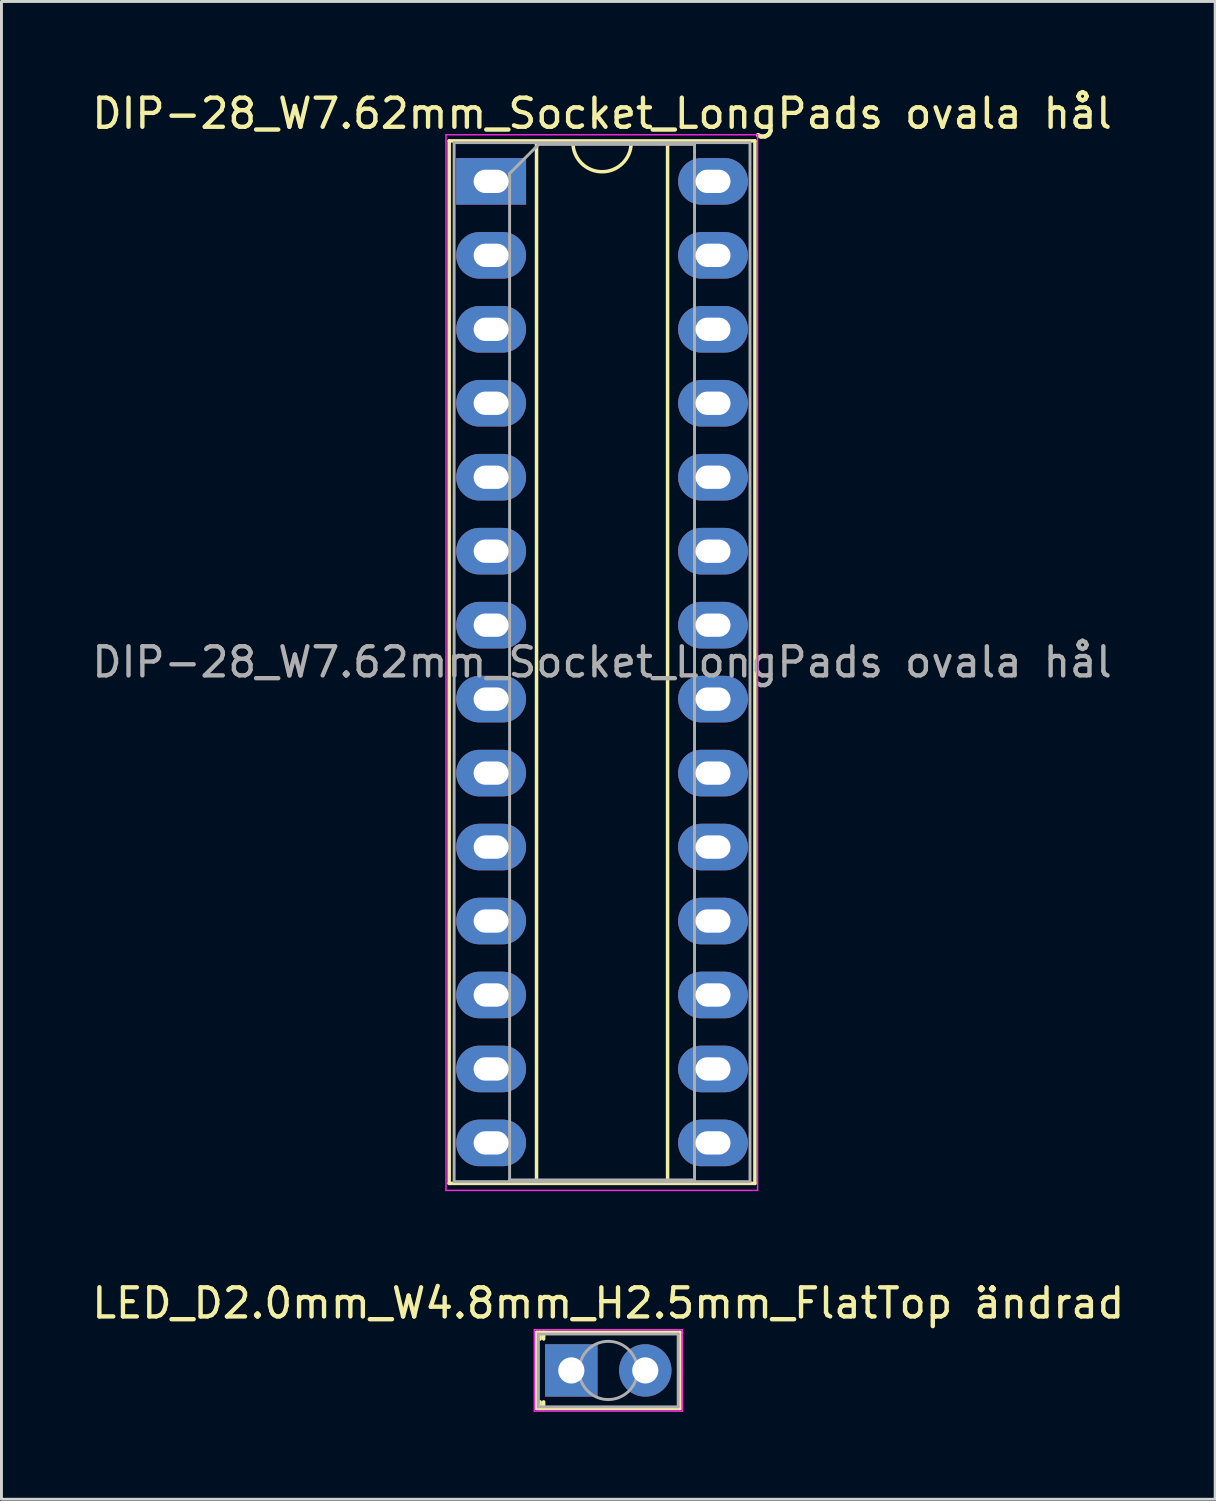
<source format=kicad_pcb>
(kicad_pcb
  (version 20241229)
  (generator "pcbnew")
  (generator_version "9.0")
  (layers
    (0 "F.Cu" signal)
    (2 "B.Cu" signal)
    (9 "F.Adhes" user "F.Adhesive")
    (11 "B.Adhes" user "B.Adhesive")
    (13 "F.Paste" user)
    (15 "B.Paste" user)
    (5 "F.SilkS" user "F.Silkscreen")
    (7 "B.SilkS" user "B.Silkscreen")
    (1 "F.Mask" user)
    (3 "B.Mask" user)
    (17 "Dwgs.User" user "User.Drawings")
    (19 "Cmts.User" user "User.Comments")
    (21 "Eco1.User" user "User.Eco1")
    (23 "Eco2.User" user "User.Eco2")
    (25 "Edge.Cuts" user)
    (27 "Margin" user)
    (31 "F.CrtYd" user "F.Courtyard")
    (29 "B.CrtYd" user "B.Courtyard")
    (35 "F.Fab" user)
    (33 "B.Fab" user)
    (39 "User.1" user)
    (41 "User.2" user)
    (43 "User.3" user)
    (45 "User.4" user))
  (footprint "DIP-28_W7.62mm_Socket_LongPads ovala hål"
    (layer "F.Cu")
    (at 13.815 3.178)
    (property "Reference" "DIP-28_W7.62mm_Socket_LongPads ovala hål" (at 3.81 -2.33 0) (layer "F.SilkS") (effects (font (size 1 1) (thickness 0.15))))
    (attr through_hole)
    (fp_line (start -1.44 -1.39) (end -1.44 34.41) (stroke (width 0.12) (type solid)) (layer "F.SilkS"))
    (fp_line (start -1.44 34.41) (end 9.06 34.41) (stroke (width 0.12) (type solid)) (layer "F.SilkS"))
    (fp_line (start 1.56 -1.33) (end 1.56 34.35) (stroke (width 0.12) (type solid)) (layer "F.SilkS"))
    (fp_line (start 1.56 34.35) (end 6.06 34.35) (stroke (width 0.12) (type solid)) (layer "F.SilkS"))
    (fp_line (start 2.81 -1.33) (end 1.56 -1.33) (stroke (width 0.12) (type solid)) (layer "F.SilkS"))
    (fp_line (start 6.06 -1.33) (end 4.81 -1.33) (stroke (width 0.12) (type solid)) (layer "F.SilkS"))
    (fp_line (start 6.06 34.35) (end 6.06 -1.33) (stroke (width 0.12) (type solid)) (layer "F.SilkS"))
    (fp_line (start 9.06 -1.39) (end -1.44 -1.39) (stroke (width 0.12) (type solid)) (layer "F.SilkS"))
    (fp_line (start 9.06 34.41) (end 9.06 -1.39) (stroke (width 0.12) (type solid)) (layer "F.SilkS"))
    (fp_arc (start 4.81 -1.33) (mid 3.81 -0.33) (end 2.81 -1.33) (stroke (width 0.12) (type solid)) (layer "F.SilkS"))
    (fp_line (start -1.55 -1.6) (end -1.55 34.65) (stroke (width 0.05) (type solid)) (layer "F.CrtYd"))
    (fp_line (start -1.55 34.65) (end 9.15 34.65) (stroke (width 0.05) (type solid)) (layer "F.CrtYd"))
    (fp_line (start 9.15 -1.6) (end -1.55 -1.6) (stroke (width 0.05) (type solid)) (layer "F.CrtYd"))
    (fp_line (start 9.15 34.65) (end 9.15 -1.6) (stroke (width 0.05) (type solid)) (layer "F.CrtYd"))
    (fp_line (start -1.27 -1.33) (end -1.27 34.35) (stroke (width 0.1) (type solid)) (layer "F.Fab"))
    (fp_line (start -1.27 34.35) (end 8.89 34.35) (stroke (width 0.1) (type solid)) (layer "F.Fab"))
    (fp_line (start 0.635 -0.27) (end 1.635 -1.27) (stroke (width 0.1) (type solid)) (layer "F.Fab"))
    (fp_line (start 0.635 34.29) (end 0.635 -0.27) (stroke (width 0.1) (type solid)) (layer "F.Fab"))
    (fp_line (start 1.635 -1.27) (end 6.985 -1.27) (stroke (width 0.1) (type solid)) (layer "F.Fab"))
    (fp_line (start 6.985 -1.27) (end 6.985 34.29) (stroke (width 0.1) (type solid)) (layer "F.Fab"))
    (fp_line (start 6.985 34.29) (end 0.635 34.29) (stroke (width 0.1) (type solid)) (layer "F.Fab"))
    (fp_line (start 8.89 -1.33) (end -1.27 -1.33) (stroke (width 0.1) (type solid)) (layer "F.Fab"))
    (fp_line (start 8.89 34.35) (end 8.89 -1.33) (stroke (width 0.1) (type solid)) (layer "F.Fab"))
    (fp_text user "${REFERENCE}" (at 3.81 16.51 0) (layer "F.Fab") (effects (font (size 1 1) (thickness 0.15))))
    (pad "1" thru_hole rect (at 0 0) (size 2.4 1.6) (drill oval 1.2 0.8) (layers "*.Cu" "*.Mask"))
    (pad "2" thru_hole oval (at 0 2.54) (size 2.4 1.6) (drill oval 1.2 0.8) (layers "*.Cu" "*.Mask"))
    (pad "3" thru_hole oval (at 0 5.08) (size 2.4 1.6) (drill oval 1.2 0.8) (layers "*.Cu" "*.Mask"))
    (pad "4" thru_hole oval (at 0 7.62) (size 2.4 1.6) (drill oval 1.2 0.8) (layers "*.Cu" "*.Mask"))
    (pad "5" thru_hole oval (at 0 10.16) (size 2.4 1.6) (drill oval 1.2 0.8) (layers "*.Cu" "*.Mask"))
    (pad "6" thru_hole oval (at 0 12.7) (size 2.4 1.6) (drill oval 1.2 0.8) (layers "*.Cu" "*.Mask"))
    (pad "7" thru_hole oval (at 0 15.24) (size 2.4 1.6) (drill oval 1.2 0.8) (layers "*.Cu" "*.Mask"))
    (pad "8" thru_hole oval (at 0 17.78) (size 2.4 1.6) (drill oval 1.2 0.8) (layers "*.Cu" "*.Mask"))
    (pad "9" thru_hole oval (at 0 20.32) (size 2.4 1.6) (drill oval 1.2 0.8) (layers "*.Cu" "*.Mask"))
    (pad "10" thru_hole oval (at 0 22.86) (size 2.4 1.6) (drill oval 1.2 0.8) (layers "*.Cu" "*.Mask"))
    (pad "11" thru_hole oval (at 0 25.4) (size 2.4 1.6) (drill oval 1.2 0.8) (layers "*.Cu" "*.Mask"))
    (pad "12" thru_hole oval (at 0 27.94) (size 2.4 1.6) (drill oval 1.2 0.8) (layers "*.Cu" "*.Mask"))
    (pad "13" thru_hole oval (at 0 30.48) (size 2.4 1.6) (drill oval 1.2 0.8) (layers "*.Cu" "*.Mask"))
    (pad "14" thru_hole oval (at 0 33.02) (size 2.4 1.6) (drill oval 1.2 0.8) (layers "*.Cu" "*.Mask"))
    (pad "15" thru_hole oval (at 7.62 33.02) (size 2.4 1.6) (drill oval 1.2 0.8) (layers "*.Cu" "*.Mask"))
    (pad "16" thru_hole oval (at 7.62 30.48) (size 2.4 1.6) (drill oval 1.2 0.8) (layers "*.Cu" "*.Mask"))
    (pad "17" thru_hole oval (at 7.62 27.94) (size 2.4 1.6) (drill oval 1.2 0.8) (layers "*.Cu" "*.Mask"))
    (pad "18" thru_hole oval (at 7.62 25.4) (size 2.4 1.6) (drill oval 1.2 0.8) (layers "*.Cu" "*.Mask"))
    (pad "19" thru_hole oval (at 7.62 22.86) (size 2.4 1.6) (drill oval 1.2 0.8) (layers "*.Cu" "*.Mask"))
    (pad "20" thru_hole oval (at 7.62 20.32) (size 2.4 1.6) (drill oval 1.2 0.8) (layers "*.Cu" "*.Mask"))
    (pad "21" thru_hole oval (at 7.62 17.78) (size 2.4 1.6) (drill oval 1.2 0.8) (layers "*.Cu" "*.Mask"))
    (pad "22" thru_hole oval (at 7.62 15.24) (size 2.4 1.6) (drill oval 1.2 0.8) (layers "*.Cu" "*.Mask"))
    (pad "23" thru_hole oval (at 7.62 12.7) (size 2.4 1.6) (drill oval 1.2 0.8) (layers "*.Cu" "*.Mask"))
    (pad "24" thru_hole oval (at 7.62 10.16) (size 2.4 1.6) (drill oval 1.2 0.8) (layers "*.Cu" "*.Mask"))
    (pad "25" thru_hole oval (at 7.62 7.62) (size 2.4 1.6) (drill oval 1.2 0.8) (layers "*.Cu" "*.Mask"))
    (pad "26" thru_hole oval (at 7.62 5.08) (size 2.4 1.6) (drill oval 1.2 0.8) (layers "*.Cu" "*.Mask"))
    (pad "27" thru_hole oval (at 7.62 2.54) (size 2.4 1.6) (drill oval 1.2 0.8) (layers "*.Cu" "*.Mask"))
    (pad "28" thru_hole oval (at 7.62 0) (size 2.4 1.6) (drill oval 1.2 0.8) (layers "*.Cu" "*.Mask")))
  (footprint "LED_D2.0mm_W4.8mm_H2.5mm_FlatTop ändrad"
    (layer "F.Cu")
    (at 16.569 44.011)
    (property "Reference" "LED_D2.0mm_W4.8mm_H2.5mm_FlatTop ändrad" (at 1.27 -2.31 0) (layer "F.SilkS") (effects (font (size 1 1) (thickness 0.15))))
    (attr through_hole)
    (fp_line (start -1.19 -1.31) (end -1.19 1.31) (stroke (width 0.12) (type solid)) (layer "F.SilkS"))
    (fp_line (start -1.19 -1.31) (end 3.73 -1.31) (stroke (width 0.12) (type solid)) (layer "F.SilkS"))
    (fp_line (start -1.19 1.31) (end 3.73 1.31) (stroke (width 0.12) (type solid)) (layer "F.SilkS"))
    (fp_line (start -1.07 -1.31) (end -1.07 -1.08) (stroke (width 0.12) (type solid)) (layer "F.SilkS"))
    (fp_line (start -1.07 1.08) (end -1.07 1.31) (stroke (width 0.12) (type solid)) (layer "F.SilkS"))
    (fp_line (start -0.95 -1.31) (end -0.95 -1.08) (stroke (width 0.12) (type solid)) (layer "F.SilkS"))
    (fp_line (start -0.95 1.08) (end -0.95 1.31) (stroke (width 0.12) (type solid)) (layer "F.SilkS"))
    (fp_line (start 3.73 -1.31) (end 3.73 1.31) (stroke (width 0.12) (type solid)) (layer "F.SilkS"))
    (fp_line (start -1.27 -1.397) (end -1.27 1.397) (stroke (width 0.05) (type solid)) (layer "F.CrtYd"))
    (fp_line (start -1.27 1.397) (end 3.81 1.397) (stroke (width 0.05) (type solid)) (layer "F.CrtYd"))
    (fp_line (start 3.81 -1.397) (end -1.27 -1.397) (stroke (width 0.05) (type solid)) (layer "F.CrtYd"))
    (fp_line (start 3.81 1.397) (end 3.81 -1.397) (stroke (width 0.05) (type solid)) (layer "F.CrtYd"))
    (fp_line (start -1.13 -1.25) (end -1.13 1.25) (stroke (width 0.1) (type solid)) (layer "F.Fab"))
    (fp_line (start -1.13 1.25) (end 3.67 1.25) (stroke (width 0.1) (type solid)) (layer "F.Fab"))
    (fp_line (start 3.67 -1.25) (end -1.13 -1.25) (stroke (width 0.1) (type solid)) (layer "F.Fab"))
    (fp_line (start 3.67 1.25) (end 3.67 -1.25) (stroke (width 0.1) (type solid)) (layer "F.Fab"))
    (fp_circle (center 1.27 0) (end 2.27 0) (stroke (width 0.1) (type solid)) (fill no) (layer "F.Fab"))
    (pad "1" thru_hole rect (at 0 0) (size 1.8 1.8) (drill 0.9) (layers "*.Cu" "*.Mask"))
    (pad "2" thru_hole circle (at 2.54 0) (size 1.8 1.8) (drill 0.9) (layers "*.Cu" "*.Mask")))
  (gr_rect
    (start -3 -3)
    (end 38.679 48.434)
    (stroke (width 0.1) (type default))
    (fill no)
    (layer "Edge.Cuts")))
</source>
